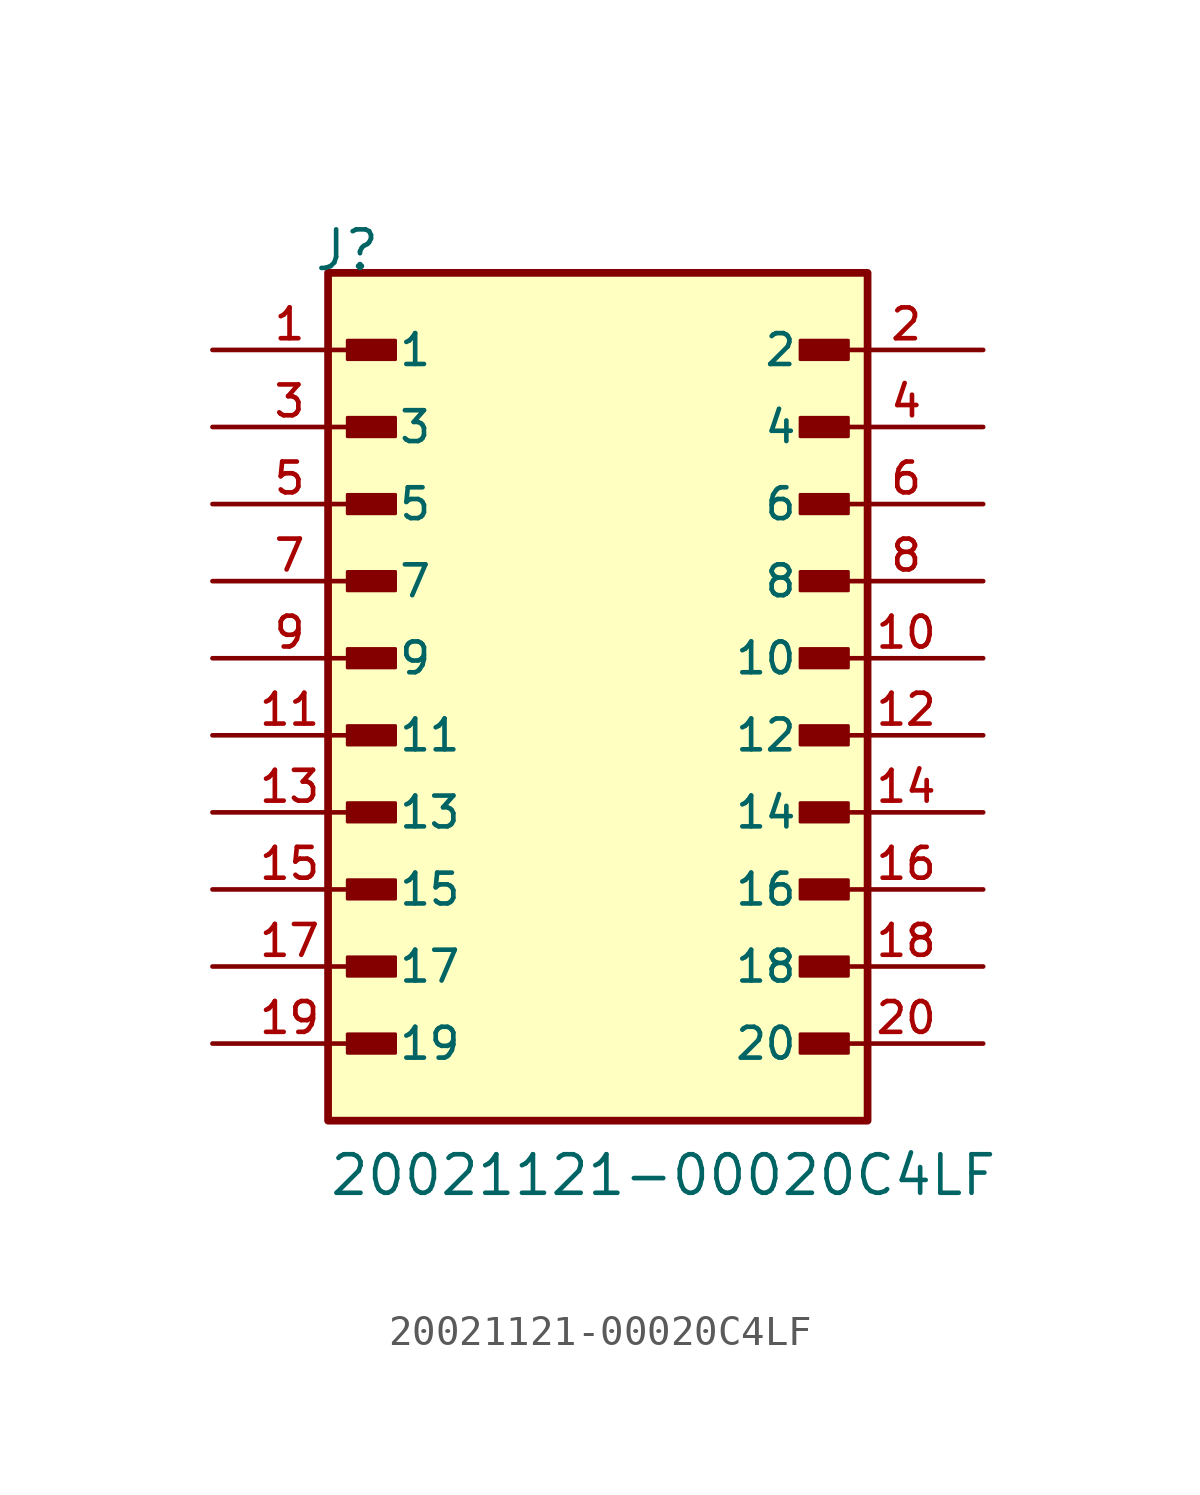
<source format=kicad_sym>
(kicad_symbol_lib
  (version 20211014)
  (generator kicad_symbol_editor)
  (symbol "20021121-00020C4LF"
    (pin_names
      (offset 1.016))
    (property "Reference" "J"
      (at -9.39 15.24 0)
      (effects (font (size 1.27 1.27)) (justify bottom left)))
    (property "Value" "20021121-00020C4LF"
      (at -8.89 -15.24 0)
      (effects (font (size 1.27 1.27)) (justify bottom left)))
    (symbol "20021121-00020C4LF_0_0"
      (rectangle (start -8.255 12.383) (end -6.668 13.018) (stroke (width 0.1)) (fill (type outline)))
      (rectangle (start 8.255 12.383) (end 6.668 13.018) (stroke (width 0.1)) (fill (type outline)))
      (rectangle (start -8.255 9.842) (end -6.668 10.477) (stroke (width 0.1)) (fill (type outline)))
      (rectangle (start 8.255 9.842) (end 6.668 10.477) (stroke (width 0.1)) (fill (type outline)))
      (rectangle (start -8.255 7.303) (end -6.668 7.938) (stroke (width 0.1)) (fill (type outline)))
      (rectangle (start 8.255 7.303) (end 6.668 7.938) (stroke (width 0.1)) (fill (type outline)))
      (rectangle (start -8.255 4.763) (end -6.668 5.397) (stroke (width 0.1)) (fill (type outline)))
      (rectangle (start 8.255 4.763) (end 6.668 5.397) (stroke (width 0.1)) (fill (type outline)))
      (rectangle (start -8.255 2.223) (end -6.668 2.857) (stroke (width 0.1)) (fill (type outline)))
      (rectangle (start 8.255 2.223) (end 6.668 2.857) (stroke (width 0.1)) (fill (type outline)))
      (rectangle (start -8.255 -0.318) (end -6.668 0.318) (stroke (width 0.1)) (fill (type outline)))
      (rectangle (start 8.255 -0.318) (end 6.668 0.318) (stroke (width 0.1)) (fill (type outline)))
      (rectangle (start -8.255 -2.857) (end -6.668 -2.223) (stroke (width 0.1)) (fill (type outline)))
      (rectangle (start 8.255 -2.857) (end 6.668 -2.223) (stroke (width 0.1)) (fill (type outline)))
      (rectangle (start -8.255 -5.397) (end -6.668 -4.763) (stroke (width 0.1)) (fill (type outline)))
      (rectangle (start 8.255 -5.397) (end 6.668 -4.763) (stroke (width 0.1)) (fill (type outline)))
      (rectangle (start -8.255 -7.938) (end -6.668 -7.303) (stroke (width 0.1)) (fill (type outline)))
      (rectangle (start 8.255 -7.938) (end 6.668 -7.303) (stroke (width 0.1)) (fill (type outline)))
      (rectangle (start -8.255 -10.477) (end -6.668 -9.842) (stroke (width 0.1)) (fill (type outline)))
      (rectangle (start 8.255 -10.477) (end 6.668 -9.842) (stroke (width 0.1)) (fill (type outline)))
      (rectangle (start -8.89 -12.7) (end 8.89 15.24) (stroke (width 0.254)) (fill (type background)))
      (pin passive line (at -12.7 12.7 0) (length 5.08) (name "1" (effects (font (size 1.016 1.016)))) (number "1" (effects (font (size 1.016 1.016)))))
      (pin passive line (at 12.7 12.7 180.0) (length 5.08) (name "2" (effects (font (size 1.016 1.016)))) (number "2" (effects (font (size 1.016 1.016)))))
      (pin passive line (at -12.7 10.16 0) (length 5.08) (name "3" (effects (font (size 1.016 1.016)))) (number "3" (effects (font (size 1.016 1.016)))))
      (pin passive line (at 12.7 10.16 180.0) (length 5.08) (name "4" (effects (font (size 1.016 1.016)))) (number "4" (effects (font (size 1.016 1.016)))))
      (pin passive line (at -12.7 7.62 0) (length 5.08) (name "5" (effects (font (size 1.016 1.016)))) (number "5" (effects (font (size 1.016 1.016)))))
      (pin passive line (at 12.7 7.62 180.0) (length 5.08) (name "6" (effects (font (size 1.016 1.016)))) (number "6" (effects (font (size 1.016 1.016)))))
      (pin passive line (at -12.7 5.08 0) (length 5.08) (name "7" (effects (font (size 1.016 1.016)))) (number "7" (effects (font (size 1.016 1.016)))))
      (pin passive line (at 12.7 5.08 180.0) (length 5.08) (name "8" (effects (font (size 1.016 1.016)))) (number "8" (effects (font (size 1.016 1.016)))))
      (pin passive line (at -12.7 2.54 0) (length 5.08) (name "9" (effects (font (size 1.016 1.016)))) (number "9" (effects (font (size 1.016 1.016)))))
      (pin passive line (at 12.7 2.54 180.0) (length 5.08) (name "10" (effects (font (size 1.016 1.016)))) (number "10" (effects (font (size 1.016 1.016)))))
      (pin passive line (at -12.7 0.0 0) (length 5.08) (name "11" (effects (font (size 1.016 1.016)))) (number "11" (effects (font (size 1.016 1.016)))))
      (pin passive line (at 12.7 0.0 180.0) (length 5.08) (name "12" (effects (font (size 1.016 1.016)))) (number "12" (effects (font (size 1.016 1.016)))))
      (pin passive line (at -12.7 -2.54 0) (length 5.08) (name "13" (effects (font (size 1.016 1.016)))) (number "13" (effects (font (size 1.016 1.016)))))
      (pin passive line (at 12.7 -2.54 180.0) (length 5.08) (name "14" (effects (font (size 1.016 1.016)))) (number "14" (effects (font (size 1.016 1.016)))))
      (pin passive line (at -12.7 -5.08 0) (length 5.08) (name "15" (effects (font (size 1.016 1.016)))) (number "15" (effects (font (size 1.016 1.016)))))
      (pin passive line (at 12.7 -5.08 180.0) (length 5.08) (name "16" (effects (font (size 1.016 1.016)))) (number "16" (effects (font (size 1.016 1.016)))))
      (pin passive line (at -12.7 -7.62 0) (length 5.08) (name "17" (effects (font (size 1.016 1.016)))) (number "17" (effects (font (size 1.016 1.016)))))
      (pin passive line (at 12.7 -7.62 180.0) (length 5.08) (name "18" (effects (font (size 1.016 1.016)))) (number "18" (effects (font (size 1.016 1.016)))))
      (pin passive line (at -12.7 -10.16 0) (length 5.08) (name "19" (effects (font (size 1.016 1.016)))) (number "19" (effects (font (size 1.016 1.016)))))
      (pin passive line (at 12.7 -10.16 180.0) (length 5.08) (name "20" (effects (font (size 1.016 1.016)))) (number "20" (effects (font (size 1.016 1.016))))))))
</source>
